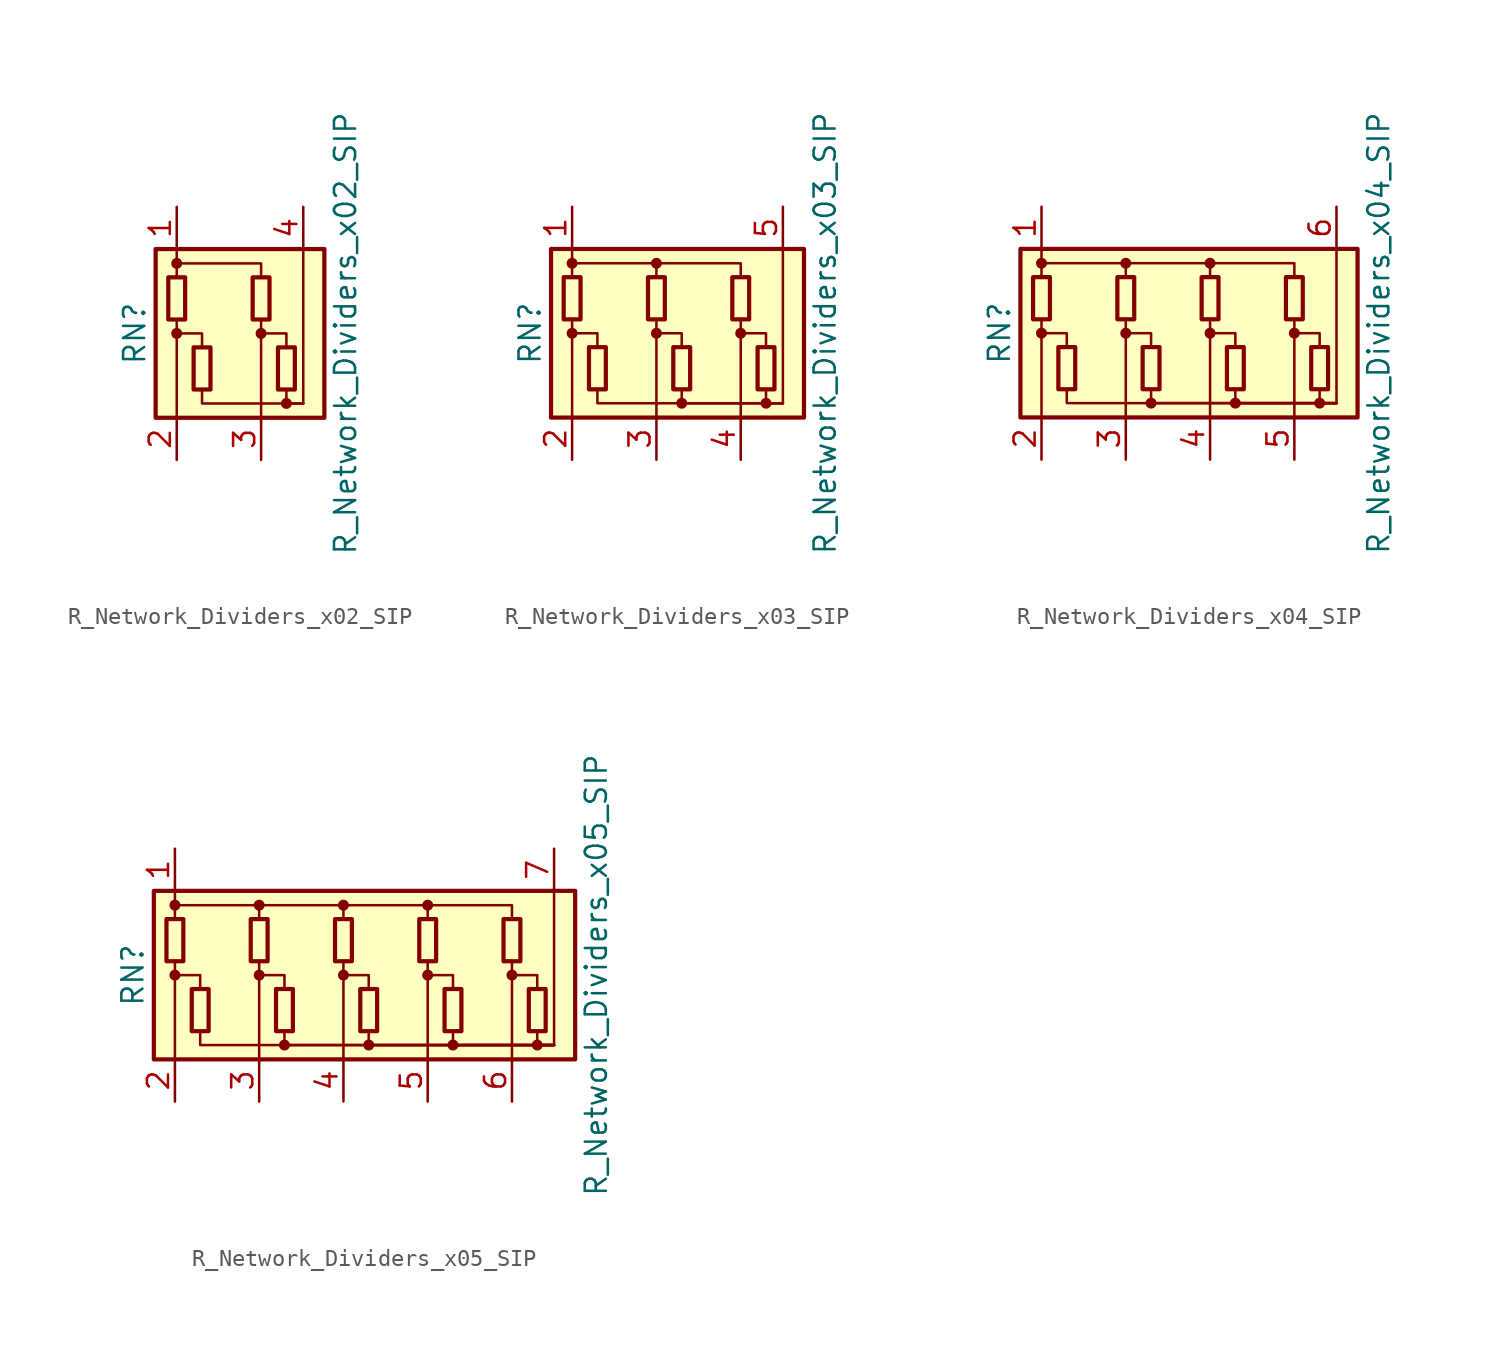
<source format=kicad_sym>
(kicad_symbol_lib
  (version 20201005)
  (generator kicad_symbol_editor)
  (symbol "R_Network_Dividers_x02_SIP"
    (pin_names
      (offset 0) hide)
    (property "Reference" "RN"
      (at -7.62 0 90)
      (effects (font (size 1.27 1.27))))
    (property "Value" "R_Network_Dividers_x02_SIP"
      (at 5.08 0 90)
      (effects (font (size 1.27 1.27))))
    (symbol "R_Network_Dividers_x02_SIP_0_1"
      (circle (center -5.08 0) (radius 0.254) (stroke (width 0)) (fill (type outline)))
      (circle (center -5.08 4.216) (radius 0.254) (stroke (width 0)) (fill (type outline)))
      (circle (center 0 0) (radius 0.254) (stroke (width 0)) (fill (type outline)))
      (circle (center 1.524 -4.216) (radius 0.254) (stroke (width 0)) (fill (type outline)))
      (rectangle (start -5.588 3.378) (end -4.572 0.838) (stroke (width 0.254)) (fill (type none)))
      (rectangle (start -4.064 -3.378) (end -3.048 -0.838) (stroke (width 0.254)) (fill (type none)))
      (rectangle (start -0.508 3.378) (end 0.508 0.838) (stroke (width 0.254)) (fill (type none)))
      (rectangle (start 1.016 -3.378) (end 2.032 -0.838) (stroke (width 0.254)) (fill (type none)))
      (rectangle (start -6.35 -5.08) (end 3.81 5.08) (stroke (width 0.254)) (fill (type background)))
      (polyline (pts (xy -5.08 -5.08) (xy -5.08 0.838)) (stroke (width 0)) (fill (type none)))
      (polyline (pts (xy -5.08 5.08) (xy -5.08 3.378)) (stroke (width 0)) (fill (type none)))
      (polyline (pts (xy 0 -5.08) (xy 0 0.838)) (stroke (width 0)) (fill (type none)))
      (polyline (pts (xy 2.54 -4.216) (xy 2.54 5.08)) (stroke (width 0)) (fill (type none)))
      (polyline (pts (xy -5.08 0) (xy -3.556 0) (xy -3.556 -0.838)) (stroke (width 0)) (fill (type none)))
      (polyline (pts (xy -5.08 4.216) (xy 0 4.216) (xy 0 3.378)) (stroke (width 0)) (fill (type none)))
      (polyline (pts (xy -3.556 -3.378) (xy -3.556 -4.216) (xy 2.54 -4.216)) (stroke (width 0)) (fill (type none)))
      (polyline (pts (xy 0 0) (xy 1.524 0) (xy 1.524 -0.838)) (stroke (width 0)) (fill (type none)))
      (polyline (pts (xy 1.524 -3.378) (xy 1.524 -4.216) (xy 2.54 -4.216)) (stroke (width 0)) (fill (type none))))
    (symbol "R_Network_Dividers_x02_SIP_1_1"
      (pin passive line (at -5.08 7.62 270) (length 2.54) (name "COM1" (effects (font (size 1.27 1.27)))) (number "1" (effects (font (size 1.27 1.27)))))
      (pin passive line (at -5.08 -7.62 90) (length 2.54) (name "R1" (effects (font (size 1.27 1.27)))) (number "2" (effects (font (size 1.27 1.27)))))
      (pin passive line (at 0 -7.62 90) (length 2.54) (name "R2" (effects (font (size 1.27 1.27)))) (number "3" (effects (font (size 1.27 1.27)))))
      (pin passive line (at 2.54 7.62 270) (length 2.54) (name "COM2" (effects (font (size 1.27 1.27)))) (number "4" (effects (font (size 1.27 1.27)))))))
  (symbol "R_Network_Dividers_x03_SIP"
    (pin_names
      (offset 0) hide)
    (property "Reference" "RN"
      (at -7.62 0 90)
      (effects (font (size 1.27 1.27))))
    (property "Value" "R_Network_Dividers_x03_SIP"
      (at 10.16 0 90)
      (effects (font (size 1.27 1.27))))
    (symbol "R_Network_Dividers_x03_SIP_0_1"
      (circle (center -5.08 0) (radius 0.254) (stroke (width 0)) (fill (type outline)))
      (circle (center -5.08 4.216) (radius 0.254) (stroke (width 0)) (fill (type outline)))
      (circle (center 0 0) (radius 0.254) (stroke (width 0)) (fill (type outline)))
      (circle (center 0 4.216) (radius 0.254) (stroke (width 0)) (fill (type outline)))
      (circle (center 1.524 -4.216) (radius 0.254) (stroke (width 0)) (fill (type outline)))
      (circle (center 5.08 0) (radius 0.254) (stroke (width 0)) (fill (type outline)))
      (circle (center 6.604 -4.216) (radius 0.254) (stroke (width 0)) (fill (type outline)))
      (rectangle (start -5.588 3.378) (end -4.572 0.838) (stroke (width 0.254)) (fill (type none)))
      (rectangle (start -4.064 -3.378) (end -3.048 -0.838) (stroke (width 0.254)) (fill (type none)))
      (rectangle (start -0.508 3.378) (end 0.508 0.838) (stroke (width 0.254)) (fill (type none)))
      (rectangle (start 1.016 -3.378) (end 2.032 -0.838) (stroke (width 0.254)) (fill (type none)))
      (rectangle (start 4.572 3.378) (end 5.588 0.838) (stroke (width 0.254)) (fill (type none)))
      (rectangle (start 6.096 -3.378) (end 7.112 -0.838) (stroke (width 0.254)) (fill (type none)))
      (rectangle (start -6.35 -5.08) (end 8.89 5.08) (stroke (width 0.254)) (fill (type background)))
      (polyline (pts (xy -5.08 -5.08) (xy -5.08 0.838)) (stroke (width 0)) (fill (type none)))
      (polyline (pts (xy -5.08 5.08) (xy -5.08 3.378)) (stroke (width 0)) (fill (type none)))
      (polyline (pts (xy 0 -5.08) (xy 0 0.838)) (stroke (width 0)) (fill (type none)))
      (polyline (pts (xy 5.08 -5.08) (xy 5.08 0.838)) (stroke (width 0)) (fill (type none)))
      (polyline (pts (xy 7.62 -4.216) (xy 7.62 5.08)) (stroke (width 0)) (fill (type none)))
      (polyline (pts (xy -5.08 0) (xy -3.556 0) (xy -3.556 -0.838)) (stroke (width 0)) (fill (type none)))
      (polyline (pts (xy -5.08 4.216) (xy 0 4.216) (xy 0 3.378)) (stroke (width 0)) (fill (type none)))
      (polyline (pts (xy -3.556 -3.378) (xy -3.556 -4.216) (xy 7.62 -4.216)) (stroke (width 0)) (fill (type none)))
      (polyline (pts (xy 0 0) (xy 1.524 0) (xy 1.524 -0.838)) (stroke (width 0)) (fill (type none)))
      (polyline (pts (xy 0 4.216) (xy 5.08 4.216) (xy 5.08 3.378)) (stroke (width 0)) (fill (type none)))
      (polyline (pts (xy 1.524 -3.378) (xy 1.524 -4.216) (xy 7.62 -4.216)) (stroke (width 0)) (fill (type none)))
      (polyline (pts (xy 5.08 0) (xy 6.604 0) (xy 6.604 -0.838)) (stroke (width 0)) (fill (type none)))
      (polyline (pts (xy 6.604 -3.378) (xy 6.604 -4.216) (xy 7.62 -4.216)) (stroke (width 0)) (fill (type none))))
    (symbol "R_Network_Dividers_x03_SIP_1_1"
      (pin passive line (at -5.08 7.62 270) (length 2.54) (name "COM1" (effects (font (size 1.27 1.27)))) (number "1" (effects (font (size 1.27 1.27)))))
      (pin passive line (at -5.08 -7.62 90) (length 2.54) (name "R1" (effects (font (size 1.27 1.27)))) (number "2" (effects (font (size 1.27 1.27)))))
      (pin passive line (at 0 -7.62 90) (length 2.54) (name "R2" (effects (font (size 1.27 1.27)))) (number "3" (effects (font (size 1.27 1.27)))))
      (pin passive line (at 5.08 -7.62 90) (length 2.54) (name "R3" (effects (font (size 1.27 1.27)))) (number "4" (effects (font (size 1.27 1.27)))))
      (pin passive line (at 7.62 7.62 270) (length 2.54) (name "COM2" (effects (font (size 1.27 1.27)))) (number "5" (effects (font (size 1.27 1.27)))))))
  (symbol "R_Network_Dividers_x04_SIP"
    (pin_names
      (offset 0) hide)
    (property "Reference" "RN"
      (at -12.7 0 90)
      (effects (font (size 1.27 1.27))))
    (property "Value" "R_Network_Dividers_x04_SIP"
      (at 10.16 0 90)
      (effects (font (size 1.27 1.27))))
    (symbol "R_Network_Dividers_x04_SIP_0_1"
      (circle (center -10.16 0) (radius 0.254) (stroke (width 0)) (fill (type outline)))
      (circle (center -10.16 4.216) (radius 0.254) (stroke (width 0)) (fill (type outline)))
      (circle (center -5.08 0) (radius 0.254) (stroke (width 0)) (fill (type outline)))
      (circle (center -5.08 4.216) (radius 0.254) (stroke (width 0)) (fill (type outline)))
      (circle (center -3.556 -4.216) (radius 0.254) (stroke (width 0)) (fill (type outline)))
      (circle (center 0 0) (radius 0.254) (stroke (width 0)) (fill (type outline)))
      (circle (center 0 4.216) (radius 0.254) (stroke (width 0)) (fill (type outline)))
      (circle (center 1.524 -4.216) (radius 0.254) (stroke (width 0)) (fill (type outline)))
      (circle (center 5.08 0) (radius 0.254) (stroke (width 0)) (fill (type outline)))
      (circle (center 6.604 -4.216) (radius 0.254) (stroke (width 0)) (fill (type outline)))
      (rectangle (start -10.668 3.378) (end -9.652 0.838) (stroke (width 0.254)) (fill (type none)))
      (rectangle (start -9.144 -3.378) (end -8.128 -0.838) (stroke (width 0.254)) (fill (type none)))
      (rectangle (start -5.588 3.378) (end -4.572 0.838) (stroke (width 0.254)) (fill (type none)))
      (rectangle (start -4.064 -3.378) (end -3.048 -0.838) (stroke (width 0.254)) (fill (type none)))
      (rectangle (start -0.508 3.378) (end 0.508 0.838) (stroke (width 0.254)) (fill (type none)))
      (rectangle (start 1.016 -3.378) (end 2.032 -0.838) (stroke (width 0.254)) (fill (type none)))
      (rectangle (start 4.572 3.378) (end 5.588 0.838) (stroke (width 0.254)) (fill (type none)))
      (rectangle (start 6.096 -3.378) (end 7.112 -0.838) (stroke (width 0.254)) (fill (type none)))
      (rectangle (start -11.43 -5.08) (end 8.89 5.08) (stroke (width 0.254)) (fill (type background)))
      (polyline (pts (xy -10.16 -5.08) (xy -10.16 0.838)) (stroke (width 0)) (fill (type none)))
      (polyline (pts (xy -10.16 5.08) (xy -10.16 3.378)) (stroke (width 0)) (fill (type none)))
      (polyline (pts (xy -5.08 -5.08) (xy -5.08 0.838)) (stroke (width 0)) (fill (type none)))
      (polyline (pts (xy 0 -5.08) (xy 0 0.838)) (stroke (width 0)) (fill (type none)))
      (polyline (pts (xy 5.08 -5.08) (xy 5.08 0.838)) (stroke (width 0)) (fill (type none)))
      (polyline (pts (xy 7.62 -4.216) (xy 7.62 5.08)) (stroke (width 0)) (fill (type none)))
      (polyline (pts (xy -10.16 0) (xy -8.636 0) (xy -8.636 -0.838)) (stroke (width 0)) (fill (type none)))
      (polyline (pts (xy -10.16 4.216) (xy -5.08 4.216) (xy -5.08 3.378)) (stroke (width 0)) (fill (type none)))
      (polyline (pts (xy -8.636 -3.378) (xy -8.636 -4.216) (xy 7.62 -4.216)) (stroke (width 0)) (fill (type none)))
      (polyline (pts (xy -5.08 0) (xy -3.556 0) (xy -3.556 -0.838)) (stroke (width 0)) (fill (type none)))
      (polyline (pts (xy -5.08 4.216) (xy 0 4.216) (xy 0 3.378)) (stroke (width 0)) (fill (type none)))
      (polyline (pts (xy -3.556 -3.378) (xy -3.556 -4.216) (xy 7.62 -4.216)) (stroke (width 0)) (fill (type none)))
      (polyline (pts (xy 0 0) (xy 1.524 0) (xy 1.524 -0.838)) (stroke (width 0)) (fill (type none)))
      (polyline (pts (xy 0 4.216) (xy 5.08 4.216) (xy 5.08 3.378)) (stroke (width 0)) (fill (type none)))
      (polyline (pts (xy 1.524 -3.378) (xy 1.524 -4.216) (xy 7.62 -4.216)) (stroke (width 0)) (fill (type none)))
      (polyline (pts (xy 5.08 0) (xy 6.604 0) (xy 6.604 -0.838)) (stroke (width 0)) (fill (type none)))
      (polyline (pts (xy 6.604 -3.378) (xy 6.604 -4.216) (xy 7.62 -4.216)) (stroke (width 0)) (fill (type none))))
    (symbol "R_Network_Dividers_x04_SIP_1_1"
      (pin passive line (at -10.16 7.62 270) (length 2.54) (name "COM1" (effects (font (size 1.27 1.27)))) (number "1" (effects (font (size 1.27 1.27)))))
      (pin passive line (at -10.16 -7.62 90) (length 2.54) (name "R1" (effects (font (size 1.27 1.27)))) (number "2" (effects (font (size 1.27 1.27)))))
      (pin passive line (at -5.08 -7.62 90) (length 2.54) (name "R2" (effects (font (size 1.27 1.27)))) (number "3" (effects (font (size 1.27 1.27)))))
      (pin passive line (at 0 -7.62 90) (length 2.54) (name "R3" (effects (font (size 1.27 1.27)))) (number "4" (effects (font (size 1.27 1.27)))))
      (pin passive line (at 5.08 -7.62 90) (length 2.54) (name "R4" (effects (font (size 1.27 1.27)))) (number "5" (effects (font (size 1.27 1.27)))))
      (pin passive line (at 7.62 7.62 270) (length 2.54) (name "COM2" (effects (font (size 1.27 1.27)))) (number "6" (effects (font (size 1.27 1.27)))))))
  (symbol "R_Network_Dividers_x05_SIP"
    (pin_names
      (offset 0) hide)
    (property "Reference" "RN"
      (at -12.7 0 90)
      (effects (font (size 1.27 1.27))))
    (property "Value" "R_Network_Dividers_x05_SIP"
      (at 15.24 0 90)
      (effects (font (size 1.27 1.27))))
    (symbol "R_Network_Dividers_x05_SIP_0_1"
      (circle (center -10.16 0) (radius 0.254) (stroke (width 0)) (fill (type outline)))
      (circle (center -10.16 4.216) (radius 0.254) (stroke (width 0)) (fill (type outline)))
      (circle (center -5.08 0) (radius 0.254) (stroke (width 0)) (fill (type outline)))
      (circle (center -5.08 4.216) (radius 0.254) (stroke (width 0)) (fill (type outline)))
      (circle (center -3.556 -4.216) (radius 0.254) (stroke (width 0)) (fill (type outline)))
      (circle (center 0 0) (radius 0.254) (stroke (width 0)) (fill (type outline)))
      (circle (center 0 4.216) (radius 0.254) (stroke (width 0)) (fill (type outline)))
      (circle (center 1.524 -4.216) (radius 0.254) (stroke (width 0)) (fill (type outline)))
      (circle (center 5.08 0) (radius 0.254) (stroke (width 0)) (fill (type outline)))
      (circle (center 5.08 4.216) (radius 0.254) (stroke (width 0)) (fill (type outline)))
      (circle (center 6.604 -4.216) (radius 0.254) (stroke (width 0)) (fill (type outline)))
      (circle (center 10.16 0) (radius 0.254) (stroke (width 0)) (fill (type outline)))
      (circle (center 11.684 -4.216) (radius 0.254) (stroke (width 0)) (fill (type outline)))
      (rectangle (start -10.668 3.378) (end -9.652 0.838) (stroke (width 0.254)) (fill (type none)))
      (rectangle (start -9.144 -3.378) (end -8.128 -0.838) (stroke (width 0.254)) (fill (type none)))
      (rectangle (start -5.588 3.378) (end -4.572 0.838) (stroke (width 0.254)) (fill (type none)))
      (rectangle (start -4.064 -3.378) (end -3.048 -0.838) (stroke (width 0.254)) (fill (type none)))
      (rectangle (start -0.508 3.378) (end 0.508 0.838) (stroke (width 0.254)) (fill (type none)))
      (rectangle (start 1.016 -3.378) (end 2.032 -0.838) (stroke (width 0.254)) (fill (type none)))
      (rectangle (start 4.572 3.378) (end 5.588 0.838) (stroke (width 0.254)) (fill (type none)))
      (rectangle (start 6.096 -3.378) (end 7.112 -0.838) (stroke (width 0.254)) (fill (type none)))
      (rectangle (start 9.652 3.378) (end 10.668 0.838) (stroke (width 0.254)) (fill (type none)))
      (rectangle (start 11.176 -3.378) (end 12.192 -0.838) (stroke (width 0.254)) (fill (type none)))
      (rectangle (start -11.43 -5.08) (end 13.97 5.08) (stroke (width 0.254)) (fill (type background)))
      (polyline (pts (xy -10.16 -5.08) (xy -10.16 0.838)) (stroke (width 0)) (fill (type none)))
      (polyline (pts (xy -10.16 5.08) (xy -10.16 3.378)) (stroke (width 0)) (fill (type none)))
      (polyline (pts (xy -5.08 -5.08) (xy -5.08 0.838)) (stroke (width 0)) (fill (type none)))
      (polyline (pts (xy 0 -5.08) (xy 0 0.838)) (stroke (width 0)) (fill (type none)))
      (polyline (pts (xy 5.08 -5.08) (xy 5.08 0.838)) (stroke (width 0)) (fill (type none)))
      (polyline (pts (xy 10.16 -5.08) (xy 10.16 0.838)) (stroke (width 0)) (fill (type none)))
      (polyline (pts (xy 12.7 -4.216) (xy 12.7 5.08)) (stroke (width 0)) (fill (type none)))
      (polyline (pts (xy -10.16 0) (xy -8.636 0) (xy -8.636 -0.838)) (stroke (width 0)) (fill (type none)))
      (polyline (pts (xy -10.16 4.216) (xy -5.08 4.216) (xy -5.08 3.378)) (stroke (width 0)) (fill (type none)))
      (polyline (pts (xy -8.636 -3.378) (xy -8.636 -4.216) (xy 12.7 -4.216)) (stroke (width 0)) (fill (type none)))
      (polyline (pts (xy -5.08 0) (xy -3.556 0) (xy -3.556 -0.838)) (stroke (width 0)) (fill (type none)))
      (polyline (pts (xy -5.08 4.216) (xy 0 4.216) (xy 0 3.378)) (stroke (width 0)) (fill (type none)))
      (polyline (pts (xy -3.556 -3.378) (xy -3.556 -4.216) (xy 12.7 -4.216)) (stroke (width 0)) (fill (type none)))
      (polyline (pts (xy 0 0) (xy 1.524 0) (xy 1.524 -0.838)) (stroke (width 0)) (fill (type none)))
      (polyline (pts (xy 0 4.216) (xy 5.08 4.216) (xy 5.08 3.378)) (stroke (width 0)) (fill (type none)))
      (polyline (pts (xy 1.524 -3.378) (xy 1.524 -4.216) (xy 12.7 -4.216)) (stroke (width 0)) (fill (type none)))
      (polyline (pts (xy 5.08 0) (xy 6.604 0) (xy 6.604 -0.838)) (stroke (width 0)) (fill (type none)))
      (polyline (pts (xy 5.08 4.216) (xy 10.16 4.216) (xy 10.16 3.378)) (stroke (width 0)) (fill (type none)))
      (polyline (pts (xy 6.604 -3.378) (xy 6.604 -4.216) (xy 12.7 -4.216)) (stroke (width 0)) (fill (type none)))
      (polyline (pts (xy 10.16 0) (xy 11.684 0) (xy 11.684 -0.838)) (stroke (width 0)) (fill (type none)))
      (polyline (pts (xy 11.684 -3.378) (xy 11.684 -4.216) (xy 12.7 -4.216)) (stroke (width 0)) (fill (type none))))
    (symbol "R_Network_Dividers_x05_SIP_1_1"
      (pin passive line (at -10.16 7.62 270) (length 2.54) (name "COM1" (effects (font (size 1.27 1.27)))) (number "1" (effects (font (size 1.27 1.27)))))
      (pin passive line (at -10.16 -7.62 90) (length 2.54) (name "R1" (effects (font (size 1.27 1.27)))) (number "2" (effects (font (size 1.27 1.27)))))
      (pin passive line (at -5.08 -7.62 90) (length 2.54) (name "R2" (effects (font (size 1.27 1.27)))) (number "3" (effects (font (size 1.27 1.27)))))
      (pin passive line (at 0 -7.62 90) (length 2.54) (name "R3" (effects (font (size 1.27 1.27)))) (number "4" (effects (font (size 1.27 1.27)))))
      (pin passive line (at 5.08 -7.62 90) (length 2.54) (name "R4" (effects (font (size 1.27 1.27)))) (number "5" (effects (font (size 1.27 1.27)))))
      (pin passive line (at 10.16 -7.62 90) (length 2.54) (name "R5" (effects (font (size 1.27 1.27)))) (number "6" (effects (font (size 1.27 1.27)))))
      (pin passive line (at 12.7 7.62 270) (length 2.54) (name "COM2" (effects (font (size 1.27 1.27)))) (number "7" (effects (font (size 1.27 1.27))))))))
</source>
